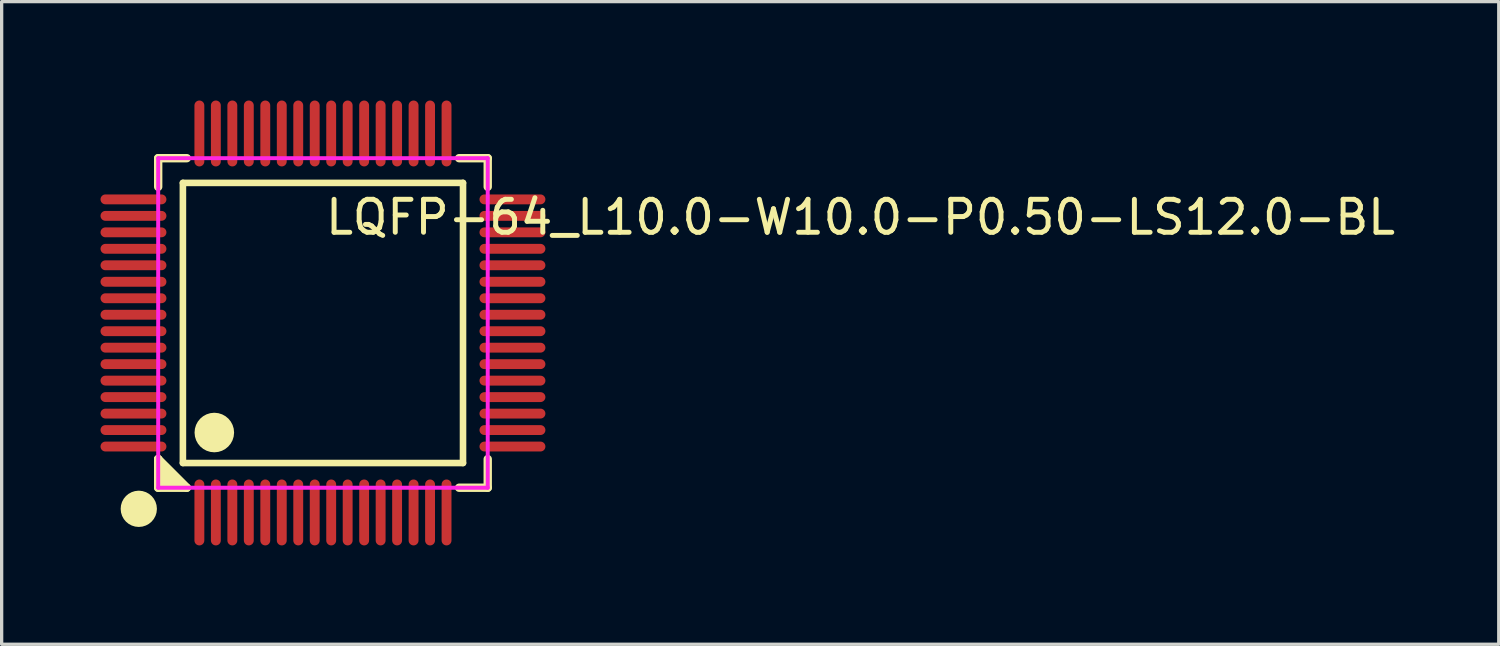
<source format=kicad_pcb>
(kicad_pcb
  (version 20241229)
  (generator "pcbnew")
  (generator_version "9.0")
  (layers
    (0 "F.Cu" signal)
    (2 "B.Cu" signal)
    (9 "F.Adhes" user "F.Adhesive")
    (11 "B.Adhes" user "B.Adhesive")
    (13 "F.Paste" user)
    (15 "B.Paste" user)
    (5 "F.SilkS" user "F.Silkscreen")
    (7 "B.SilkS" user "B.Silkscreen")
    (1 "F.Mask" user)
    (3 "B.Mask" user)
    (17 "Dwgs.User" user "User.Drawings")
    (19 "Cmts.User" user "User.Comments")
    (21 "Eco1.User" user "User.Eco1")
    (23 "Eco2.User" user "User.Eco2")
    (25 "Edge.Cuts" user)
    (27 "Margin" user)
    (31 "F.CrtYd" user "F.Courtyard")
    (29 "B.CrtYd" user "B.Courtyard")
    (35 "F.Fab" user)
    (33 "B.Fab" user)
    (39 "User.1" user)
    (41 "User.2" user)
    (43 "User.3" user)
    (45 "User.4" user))
  (footprint "LQFP-64_L10.0-W10.0-P0.50-LS12.0-BL"
    (layer "F.Cu")
    (at 6.75 6.75)
    (property "Reference" "LQFP-64_L10.0-W10.0-P0.50-LS12.0-BL" (at 0 -3.207 0) (layer "F.SilkS") (effects (font (size 1 1) (thickness 0.15)) (justify left)))
    (attr through_hole)
    (fp_line (start -5 -5) (end -4.131 -5) (stroke (width 0.254) (type solid)) (layer "F.SilkS"))
    (fp_line (start -5 -4.131) (end -5 -5) (stroke (width 0.254) (type solid)) (layer "F.SilkS"))
    (fp_line (start -5 4.131) (end -5 4.131) (stroke (width 0.254) (type solid)) (layer "F.SilkS"))
    (fp_line (start -5 4.131) (end -4.131 5) (stroke (width 0.254) (type solid)) (layer "F.SilkS"))
    (fp_line (start -5 5) (end -5 4.131) (stroke (width 0.254) (type solid)) (layer "F.SilkS"))
    (fp_line (start -4.25 -4.25) (end -4.25 4.25) (stroke (width 0.2) (type solid)) (layer "F.SilkS"))
    (fp_line (start -4.25 4.25) (end 4.25 4.25) (stroke (width 0.2) (type solid)) (layer "F.SilkS"))
    (fp_line (start -4.131 5) (end -5 5) (stroke (width 0.254) (type solid)) (layer "F.SilkS"))
    (fp_line (start 4.25 -4.25) (end -4.25 -4.25) (stroke (width 0.2) (type solid)) (layer "F.SilkS"))
    (fp_line (start 4.25 4.25) (end 4.25 -4.25) (stroke (width 0.2) (type solid)) (layer "F.SilkS"))
    (fp_line (start 5 -5) (end 4.131 -5) (stroke (width 0.254) (type solid)) (layer "F.SilkS"))
    (fp_line (start 5 -5) (end 5 -4.131) (stroke (width 0.254) (type solid)) (layer "F.SilkS"))
    (fp_line (start 5 4.131) (end 5 5) (stroke (width 0.254) (type solid)) (layer "F.SilkS"))
    (fp_line (start 5 5) (end 4.131 5) (stroke (width 0.254) (type solid)) (layer "F.SilkS"))
    (fp_arc (start -5.58727 5.49) (mid -5.587948 5.790001) (end -5.58981 5.490005) (stroke (width 0.8) (type solid)) (layer "F.SilkS"))
    (fp_arc (start -3.294 3.025) (mid -3.29746 3.625015) (end -3.29908 3.024992) (stroke (width 0.6) (type solid)) (layer "F.SilkS"))
    (fp_poly (pts (xy -4.131 5) (xy -5 4.131) (xy -5 5)) (stroke (width 0.12) (type solid)) (fill yes) (layer "F.SilkS"))
    (fp_line (start -5.41 -3.86) (end -4.99 -3.86) (stroke (width 0.12) (type solid)) (layer "Eco2.User"))
    (fp_line (start -5.41 -3.64) (end -5.41 -3.86) (stroke (width 0.12) (type solid)) (layer "Eco2.User"))
    (fp_line (start -5.41 -3.36) (end -4.99 -3.36) (stroke (width 0.12) (type solid)) (layer "Eco2.User"))
    (fp_line (start -5.41 -3.14) (end -5.41 -3.36) (stroke (width 0.12) (type solid)) (layer "Eco2.User"))
    (fp_line (start -5.41 -2.86) (end -4.99 -2.86) (stroke (width 0.12) (type solid)) (layer "Eco2.User"))
    (fp_line (start -5.41 -2.64) (end -5.41 -2.86) (stroke (width 0.12) (type solid)) (layer "Eco2.User"))
    (fp_line (start -5.41 -2.36) (end -4.99 -2.36) (stroke (width 0.12) (type solid)) (layer "Eco2.User"))
    (fp_line (start -5.41 -2.14) (end -5.41 -2.36) (stroke (width 0.12) (type solid)) (layer "Eco2.User"))
    (fp_line (start -5.41 -1.86) (end -4.99 -1.86) (stroke (width 0.12) (type solid)) (layer "Eco2.User"))
    (fp_line (start -5.41 -1.64) (end -5.41 -1.86) (stroke (width 0.12) (type solid)) (layer "Eco2.User"))
    (fp_line (start -5.41 -1.36) (end -4.99 -1.36) (stroke (width 0.12) (type solid)) (layer "Eco2.User"))
    (fp_line (start -5.41 -1.14) (end -5.41 -1.36) (stroke (width 0.12) (type solid)) (layer "Eco2.User"))
    (fp_line (start -5.41 -0.86) (end -4.99 -0.86) (stroke (width 0.12) (type solid)) (layer "Eco2.User"))
    (fp_line (start -5.41 -0.64) (end -5.41 -0.86) (stroke (width 0.12) (type solid)) (layer "Eco2.User"))
    (fp_line (start -5.41 -0.36) (end -4.99 -0.36) (stroke (width 0.12) (type solid)) (layer "Eco2.User"))
    (fp_line (start -5.41 -0.14) (end -5.41 -0.36) (stroke (width 0.12) (type solid)) (layer "Eco2.User"))
    (fp_line (start -5.41 0.14) (end -4.99 0.14) (stroke (width 0.12) (type solid)) (layer "Eco2.User"))
    (fp_line (start -5.41 0.36) (end -5.41 0.14) (stroke (width 0.12) (type solid)) (layer "Eco2.User"))
    (fp_line (start -5.41 0.64) (end -4.99 0.64) (stroke (width 0.12) (type solid)) (layer "Eco2.User"))
    (fp_line (start -5.41 0.86) (end -5.41 0.64) (stroke (width 0.12) (type solid)) (layer "Eco2.User"))
    (fp_line (start -5.41 1.14) (end -4.99 1.14) (stroke (width 0.12) (type solid)) (layer "Eco2.User"))
    (fp_line (start -5.41 1.36) (end -5.41 1.14) (stroke (width 0.12) (type solid)) (layer "Eco2.User"))
    (fp_line (start -5.41 1.64) (end -4.99 1.64) (stroke (width 0.12) (type solid)) (layer "Eco2.User"))
    (fp_line (start -5.41 1.86) (end -5.41 1.64) (stroke (width 0.12) (type solid)) (layer "Eco2.User"))
    (fp_line (start -5.41 2.14) (end -4.99 2.14) (stroke (width 0.12) (type solid)) (layer "Eco2.User"))
    (fp_line (start -5.41 2.36) (end -5.41 2.14) (stroke (width 0.12) (type solid)) (layer "Eco2.User"))
    (fp_line (start -5.41 2.64) (end -4.99 2.64) (stroke (width 0.12) (type solid)) (layer "Eco2.User"))
    (fp_line (start -5.41 2.86) (end -5.41 2.64) (stroke (width 0.12) (type solid)) (layer "Eco2.User"))
    (fp_line (start -5.41 3.14) (end -4.99 3.14) (stroke (width 0.12) (type solid)) (layer "Eco2.User"))
    (fp_line (start -5.41 3.36) (end -5.41 3.14) (stroke (width 0.12) (type solid)) (layer "Eco2.User"))
    (fp_line (start -5.41 3.64) (end -4.99 3.64) (stroke (width 0.12) (type solid)) (layer "Eco2.User"))
    (fp_line (start -5.41 3.86) (end -5.41 3.64) (stroke (width 0.12) (type solid)) (layer "Eco2.User"))
    (fp_line (start -4.99 -3.86) (end -4.99 -3.64) (stroke (width 0.12) (type solid)) (layer "Eco2.User"))
    (fp_line (start -4.99 -3.64) (end -5.41 -3.64) (stroke (width 0.12) (type solid)) (layer "Eco2.User"))
    (fp_line (start -4.99 -3.36) (end -4.99 -3.14) (stroke (width 0.12) (type solid)) (layer "Eco2.User"))
    (fp_line (start -4.99 -3.14) (end -5.41 -3.14) (stroke (width 0.12) (type solid)) (layer "Eco2.User"))
    (fp_line (start -4.99 -2.86) (end -4.99 -2.64) (stroke (width 0.12) (type solid)) (layer "Eco2.User"))
    (fp_line (start -4.99 -2.64) (end -5.41 -2.64) (stroke (width 0.12) (type solid)) (layer "Eco2.User"))
    (fp_line (start -4.99 -2.36) (end -4.99 -2.14) (stroke (width 0.12) (type solid)) (layer "Eco2.User"))
    (fp_line (start -4.99 -2.14) (end -5.41 -2.14) (stroke (width 0.12) (type solid)) (layer "Eco2.User"))
    (fp_line (start -4.99 -1.86) (end -4.99 -1.64) (stroke (width 0.12) (type solid)) (layer "Eco2.User"))
    (fp_line (start -4.99 -1.64) (end -5.41 -1.64) (stroke (width 0.12) (type solid)) (layer "Eco2.User"))
    (fp_line (start -4.99 -1.36) (end -4.99 -1.14) (stroke (width 0.12) (type solid)) (layer "Eco2.User"))
    (fp_line (start -4.99 -1.14) (end -5.41 -1.14) (stroke (width 0.12) (type solid)) (layer "Eco2.User"))
    (fp_line (start -4.99 -0.86) (end -4.99 -0.64) (stroke (width 0.12) (type solid)) (layer "Eco2.User"))
    (fp_line (start -4.99 -0.64) (end -5.41 -0.64) (stroke (width 0.12) (type solid)) (layer "Eco2.User"))
    (fp_line (start -4.99 -0.36) (end -4.99 -0.14) (stroke (width 0.12) (type solid)) (layer "Eco2.User"))
    (fp_line (start -4.99 -0.14) (end -5.41 -0.14) (stroke (width 0.12) (type solid)) (layer "Eco2.User"))
    (fp_line (start -4.99 0.14) (end -4.99 0.36) (stroke (width 0.12) (type solid)) (layer "Eco2.User"))
    (fp_line (start -4.99 0.36) (end -5.41 0.36) (stroke (width 0.12) (type solid)) (layer "Eco2.User"))
    (fp_line (start -4.99 0.64) (end -4.99 0.86) (stroke (width 0.12) (type solid)) (layer "Eco2.User"))
    (fp_line (start -4.99 0.86) (end -5.41 0.86) (stroke (width 0.12) (type solid)) (layer "Eco2.User"))
    (fp_line (start -4.99 1.14) (end -4.99 1.36) (stroke (width 0.12) (type solid)) (layer "Eco2.User"))
    (fp_line (start -4.99 1.36) (end -5.41 1.36) (stroke (width 0.12) (type solid)) (layer "Eco2.User"))
    (fp_line (start -4.99 1.64) (end -4.99 1.86) (stroke (width 0.12) (type solid)) (layer "Eco2.User"))
    (fp_line (start -4.99 1.86) (end -5.41 1.86) (stroke (width 0.12) (type solid)) (layer "Eco2.User"))
    (fp_line (start -4.99 2.14) (end -4.99 2.36) (stroke (width 0.12) (type solid)) (layer "Eco2.User"))
    (fp_line (start -4.99 2.36) (end -5.41 2.36) (stroke (width 0.12) (type solid)) (layer "Eco2.User"))
    (fp_line (start -4.99 2.64) (end -4.99 2.86) (stroke (width 0.12) (type solid)) (layer "Eco2.User"))
    (fp_line (start -4.99 2.86) (end -5.41 2.86) (stroke (width 0.12) (type solid)) (layer "Eco2.User"))
    (fp_line (start -4.99 3.14) (end -4.99 3.36) (stroke (width 0.12) (type solid)) (layer "Eco2.User"))
    (fp_line (start -4.99 3.36) (end -5.41 3.36) (stroke (width 0.12) (type solid)) (layer "Eco2.User"))
    (fp_line (start -4.99 3.64) (end -4.99 3.86) (stroke (width 0.12) (type solid)) (layer "Eco2.User"))
    (fp_line (start -4.99 3.86) (end -5.41 3.86) (stroke (width 0.12) (type solid)) (layer "Eco2.User"))
    (fp_line (start -3.86 -5.41) (end -3.64 -5.41) (stroke (width 0.12) (type solid)) (layer "Eco2.User"))
    (fp_line (start -3.86 -4.99) (end -3.86 -5.41) (stroke (width 0.12) (type solid)) (layer "Eco2.User"))
    (fp_line (start -3.86 4.99) (end -3.64 4.99) (stroke (width 0.12) (type solid)) (layer "Eco2.User"))
    (fp_line (start -3.86 5.41) (end -3.86 4.99) (stroke (width 0.12) (type solid)) (layer "Eco2.User"))
    (fp_line (start -3.64 -5.41) (end -3.64 -4.99) (stroke (width 0.12) (type solid)) (layer "Eco2.User"))
    (fp_line (start -3.64 -4.99) (end -3.86 -4.99) (stroke (width 0.12) (type solid)) (layer "Eco2.User"))
    (fp_line (start -3.64 4.99) (end -3.64 5.41) (stroke (width 0.12) (type solid)) (layer "Eco2.User"))
    (fp_line (start -3.64 5.41) (end -3.86 5.41) (stroke (width 0.12) (type solid)) (layer "Eco2.User"))
    (fp_line (start -3.36 -5.41) (end -3.14 -5.41) (stroke (width 0.12) (type solid)) (layer "Eco2.User"))
    (fp_line (start -3.36 -4.99) (end -3.36 -5.41) (stroke (width 0.12) (type solid)) (layer "Eco2.User"))
    (fp_line (start -3.36 4.99) (end -3.14 4.99) (stroke (width 0.12) (type solid)) (layer "Eco2.User"))
    (fp_line (start -3.36 5.41) (end -3.36 4.99) (stroke (width 0.12) (type solid)) (layer "Eco2.User"))
    (fp_line (start -3.14 -5.41) (end -3.14 -4.99) (stroke (width 0.12) (type solid)) (layer "Eco2.User"))
    (fp_line (start -3.14 -4.99) (end -3.36 -4.99) (stroke (width 0.12) (type solid)) (layer "Eco2.User"))
    (fp_line (start -3.14 4.99) (end -3.14 5.41) (stroke (width 0.12) (type solid)) (layer "Eco2.User"))
    (fp_line (start -3.14 5.41) (end -3.36 5.41) (stroke (width 0.12) (type solid)) (layer "Eco2.User"))
    (fp_line (start -2.86 -5.41) (end -2.64 -5.41) (stroke (width 0.12) (type solid)) (layer "Eco2.User"))
    (fp_line (start -2.86 -4.99) (end -2.86 -5.41) (stroke (width 0.12) (type solid)) (layer "Eco2.User"))
    (fp_line (start -2.86 4.99) (end -2.64 4.99) (stroke (width 0.12) (type solid)) (layer "Eco2.User"))
    (fp_line (start -2.86 5.41) (end -2.86 4.99) (stroke (width 0.12) (type solid)) (layer "Eco2.User"))
    (fp_line (start -2.64 -5.41) (end -2.64 -4.99) (stroke (width 0.12) (type solid)) (layer "Eco2.User"))
    (fp_line (start -2.64 -4.99) (end -2.86 -4.99) (stroke (width 0.12) (type solid)) (layer "Eco2.User"))
    (fp_line (start -2.64 4.99) (end -2.64 5.41) (stroke (width 0.12) (type solid)) (layer "Eco2.User"))
    (fp_line (start -2.64 5.41) (end -2.86 5.41) (stroke (width 0.12) (type solid)) (layer "Eco2.User"))
    (fp_line (start -2.36 -5.41) (end -2.14 -5.41) (stroke (width 0.12) (type solid)) (layer "Eco2.User"))
    (fp_line (start -2.36 -4.99) (end -2.36 -5.41) (stroke (width 0.12) (type solid)) (layer "Eco2.User"))
    (fp_line (start -2.36 4.99) (end -2.14 4.99) (stroke (width 0.12) (type solid)) (layer "Eco2.User"))
    (fp_line (start -2.36 5.41) (end -2.36 4.99) (stroke (width 0.12) (type solid)) (layer "Eco2.User"))
    (fp_line (start -2.14 -5.41) (end -2.14 -4.99) (stroke (width 0.12) (type solid)) (layer "Eco2.User"))
    (fp_line (start -2.14 -4.99) (end -2.36 -4.99) (stroke (width 0.12) (type solid)) (layer "Eco2.User"))
    (fp_line (start -2.14 4.99) (end -2.14 5.41) (stroke (width 0.12) (type solid)) (layer "Eco2.User"))
    (fp_line (start -2.14 5.41) (end -2.36 5.41) (stroke (width 0.12) (type solid)) (layer "Eco2.User"))
    (fp_line (start -1.86 -5.41) (end -1.64 -5.41) (stroke (width 0.12) (type solid)) (layer "Eco2.User"))
    (fp_line (start -1.86 -4.99) (end -1.86 -5.41) (stroke (width 0.12) (type solid)) (layer "Eco2.User"))
    (fp_line (start -1.86 4.99) (end -1.64 4.99) (stroke (width 0.12) (type solid)) (layer "Eco2.User"))
    (fp_line (start -1.86 5.41) (end -1.86 4.99) (stroke (width 0.12) (type solid)) (layer "Eco2.User"))
    (fp_line (start -1.64 -5.41) (end -1.64 -4.99) (stroke (width 0.12) (type solid)) (layer "Eco2.User"))
    (fp_line (start -1.64 -4.99) (end -1.86 -4.99) (stroke (width 0.12) (type solid)) (layer "Eco2.User"))
    (fp_line (start -1.64 4.99) (end -1.64 5.41) (stroke (width 0.12) (type solid)) (layer "Eco2.User"))
    (fp_line (start -1.64 5.41) (end -1.86 5.41) (stroke (width 0.12) (type solid)) (layer "Eco2.User"))
    (fp_line (start -1.36 -5.41) (end -1.14 -5.41) (stroke (width 0.12) (type solid)) (layer "Eco2.User"))
    (fp_line (start -1.36 -4.99) (end -1.36 -5.41) (stroke (width 0.12) (type solid)) (layer "Eco2.User"))
    (fp_line (start -1.36 4.99) (end -1.14 4.99) (stroke (width 0.12) (type solid)) (layer "Eco2.User"))
    (fp_line (start -1.36 5.41) (end -1.36 4.99) (stroke (width 0.12) (type solid)) (layer "Eco2.User"))
    (fp_line (start -1.14 -5.41) (end -1.14 -4.99) (stroke (width 0.12) (type solid)) (layer "Eco2.User"))
    (fp_line (start -1.14 -4.99) (end -1.36 -4.99) (stroke (width 0.12) (type solid)) (layer "Eco2.User"))
    (fp_line (start -1.14 4.99) (end -1.14 5.41) (stroke (width 0.12) (type solid)) (layer "Eco2.User"))
    (fp_line (start -1.14 5.41) (end -1.36 5.41) (stroke (width 0.12) (type solid)) (layer "Eco2.User"))
    (fp_line (start -0.86 -5.41) (end -0.64 -5.41) (stroke (width 0.12) (type solid)) (layer "Eco2.User"))
    (fp_line (start -0.86 -4.99) (end -0.86 -5.41) (stroke (width 0.12) (type solid)) (layer "Eco2.User"))
    (fp_line (start -0.86 4.99) (end -0.64 4.99) (stroke (width 0.12) (type solid)) (layer "Eco2.User"))
    (fp_line (start -0.86 5.41) (end -0.86 4.99) (stroke (width 0.12) (type solid)) (layer "Eco2.User"))
    (fp_line (start -0.64 -5.41) (end -0.64 -4.99) (stroke (width 0.12) (type solid)) (layer "Eco2.User"))
    (fp_line (start -0.64 -4.99) (end -0.86 -4.99) (stroke (width 0.12) (type solid)) (layer "Eco2.User"))
    (fp_line (start -0.64 4.99) (end -0.64 5.41) (stroke (width 0.12) (type solid)) (layer "Eco2.User"))
    (fp_line (start -0.64 5.41) (end -0.86 5.41) (stroke (width 0.12) (type solid)) (layer "Eco2.User"))
    (fp_line (start -0.36 -5.41) (end -0.14 -5.41) (stroke (width 0.12) (type solid)) (layer "Eco2.User"))
    (fp_line (start -0.36 -4.99) (end -0.36 -5.41) (stroke (width 0.12) (type solid)) (layer "Eco2.User"))
    (fp_line (start -0.36 4.99) (end -0.14 4.99) (stroke (width 0.12) (type solid)) (layer "Eco2.User"))
    (fp_line (start -0.36 5.41) (end -0.36 4.99) (stroke (width 0.12) (type solid)) (layer "Eco2.User"))
    (fp_line (start -0.14 -5.41) (end -0.14 -4.99) (stroke (width 0.12) (type solid)) (layer "Eco2.User"))
    (fp_line (start -0.14 -4.99) (end -0.36 -4.99) (stroke (width 0.12) (type solid)) (layer "Eco2.User"))
    (fp_line (start -0.14 4.99) (end -0.14 5.41) (stroke (width 0.12) (type solid)) (layer "Eco2.User"))
    (fp_line (start -0.14 5.41) (end -0.36 5.41) (stroke (width 0.12) (type solid)) (layer "Eco2.User"))
    (fp_line (start 0.14 -5.41) (end 0.36 -5.41) (stroke (width 0.12) (type solid)) (layer "Eco2.User"))
    (fp_line (start 0.14 -4.99) (end 0.14 -5.41) (stroke (width 0.12) (type solid)) (layer "Eco2.User"))
    (fp_line (start 0.14 4.99) (end 0.36 4.99) (stroke (width 0.12) (type solid)) (layer "Eco2.User"))
    (fp_line (start 0.14 5.41) (end 0.14 4.99) (stroke (width 0.12) (type solid)) (layer "Eco2.User"))
    (fp_line (start 0.36 -5.41) (end 0.36 -4.99) (stroke (width 0.12) (type solid)) (layer "Eco2.User"))
    (fp_line (start 0.36 -4.99) (end 0.14 -4.99) (stroke (width 0.12) (type solid)) (layer "Eco2.User"))
    (fp_line (start 0.36 4.99) (end 0.36 5.41) (stroke (width 0.12) (type solid)) (layer "Eco2.User"))
    (fp_line (start 0.36 5.41) (end 0.14 5.41) (stroke (width 0.12) (type solid)) (layer "Eco2.User"))
    (fp_line (start 0.64 -5.41) (end 0.86 -5.41) (stroke (width 0.12) (type solid)) (layer "Eco2.User"))
    (fp_line (start 0.64 -4.99) (end 0.64 -5.41) (stroke (width 0.12) (type solid)) (layer "Eco2.User"))
    (fp_line (start 0.64 4.99) (end 0.86 4.99) (stroke (width 0.12) (type solid)) (layer "Eco2.User"))
    (fp_line (start 0.64 5.41) (end 0.64 4.99) (stroke (width 0.12) (type solid)) (layer "Eco2.User"))
    (fp_line (start 0.86 -5.41) (end 0.86 -4.99) (stroke (width 0.12) (type solid)) (layer "Eco2.User"))
    (fp_line (start 0.86 -4.99) (end 0.64 -4.99) (stroke (width 0.12) (type solid)) (layer "Eco2.User"))
    (fp_line (start 0.86 4.99) (end 0.86 5.41) (stroke (width 0.12) (type solid)) (layer "Eco2.User"))
    (fp_line (start 0.86 5.41) (end 0.64 5.41) (stroke (width 0.12) (type solid)) (layer "Eco2.User"))
    (fp_line (start 1.14 -5.41) (end 1.36 -5.41) (stroke (width 0.12) (type solid)) (layer "Eco2.User"))
    (fp_line (start 1.14 -4.99) (end 1.14 -5.41) (stroke (width 0.12) (type solid)) (layer "Eco2.User"))
    (fp_line (start 1.14 4.99) (end 1.36 4.99) (stroke (width 0.12) (type solid)) (layer "Eco2.User"))
    (fp_line (start 1.14 5.41) (end 1.14 4.99) (stroke (width 0.12) (type solid)) (layer "Eco2.User"))
    (fp_line (start 1.36 -5.41) (end 1.36 -4.99) (stroke (width 0.12) (type solid)) (layer "Eco2.User"))
    (fp_line (start 1.36 -4.99) (end 1.14 -4.99) (stroke (width 0.12) (type solid)) (layer "Eco2.User"))
    (fp_line (start 1.36 4.99) (end 1.36 5.41) (stroke (width 0.12) (type solid)) (layer "Eco2.User"))
    (fp_line (start 1.36 5.41) (end 1.14 5.41) (stroke (width 0.12) (type solid)) (layer "Eco2.User"))
    (fp_line (start 1.64 -5.41) (end 1.86 -5.41) (stroke (width 0.12) (type solid)) (layer "Eco2.User"))
    (fp_line (start 1.64 -4.99) (end 1.64 -5.41) (stroke (width 0.12) (type solid)) (layer "Eco2.User"))
    (fp_line (start 1.64 4.99) (end 1.86 4.99) (stroke (width 0.12) (type solid)) (layer "Eco2.User"))
    (fp_line (start 1.64 5.41) (end 1.64 4.99) (stroke (width 0.12) (type solid)) (layer "Eco2.User"))
    (fp_line (start 1.86 -5.41) (end 1.86 -4.99) (stroke (width 0.12) (type solid)) (layer "Eco2.User"))
    (fp_line (start 1.86 -4.99) (end 1.64 -4.99) (stroke (width 0.12) (type solid)) (layer "Eco2.User"))
    (fp_line (start 1.86 4.99) (end 1.86 5.41) (stroke (width 0.12) (type solid)) (layer "Eco2.User"))
    (fp_line (start 1.86 5.41) (end 1.64 5.41) (stroke (width 0.12) (type solid)) (layer "Eco2.User"))
    (fp_line (start 2.14 -5.41) (end 2.36 -5.41) (stroke (width 0.12) (type solid)) (layer "Eco2.User"))
    (fp_line (start 2.14 -4.99) (end 2.14 -5.41) (stroke (width 0.12) (type solid)) (layer "Eco2.User"))
    (fp_line (start 2.14 4.99) (end 2.36 4.99) (stroke (width 0.12) (type solid)) (layer "Eco2.User"))
    (fp_line (start 2.14 5.41) (end 2.14 4.99) (stroke (width 0.12) (type solid)) (layer "Eco2.User"))
    (fp_line (start 2.36 -5.41) (end 2.36 -4.99) (stroke (width 0.12) (type solid)) (layer "Eco2.User"))
    (fp_line (start 2.36 -4.99) (end 2.14 -4.99) (stroke (width 0.12) (type solid)) (layer "Eco2.User"))
    (fp_line (start 2.36 4.99) (end 2.36 5.41) (stroke (width 0.12) (type solid)) (layer "Eco2.User"))
    (fp_line (start 2.36 5.41) (end 2.14 5.41) (stroke (width 0.12) (type solid)) (layer "Eco2.User"))
    (fp_line (start 2.64 -5.41) (end 2.86 -5.41) (stroke (width 0.12) (type solid)) (layer "Eco2.User"))
    (fp_line (start 2.64 -4.99) (end 2.64 -5.41) (stroke (width 0.12) (type solid)) (layer "Eco2.User"))
    (fp_line (start 2.64 4.99) (end 2.86 4.99) (stroke (width 0.12) (type solid)) (layer "Eco2.User"))
    (fp_line (start 2.64 5.41) (end 2.64 4.99) (stroke (width 0.12) (type solid)) (layer "Eco2.User"))
    (fp_line (start 2.86 -5.41) (end 2.86 -4.99) (stroke (width 0.12) (type solid)) (layer "Eco2.User"))
    (fp_line (start 2.86 -4.99) (end 2.64 -4.99) (stroke (width 0.12) (type solid)) (layer "Eco2.User"))
    (fp_line (start 2.86 4.99) (end 2.86 5.41) (stroke (width 0.12) (type solid)) (layer "Eco2.User"))
    (fp_line (start 2.86 5.41) (end 2.64 5.41) (stroke (width 0.12) (type solid)) (layer "Eco2.User"))
    (fp_line (start 3.14 -5.41) (end 3.36 -5.41) (stroke (width 0.12) (type solid)) (layer "Eco2.User"))
    (fp_line (start 3.14 -4.99) (end 3.14 -5.41) (stroke (width 0.12) (type solid)) (layer "Eco2.User"))
    (fp_line (start 3.14 4.99) (end 3.36 4.99) (stroke (width 0.12) (type solid)) (layer "Eco2.User"))
    (fp_line (start 3.14 5.41) (end 3.14 4.99) (stroke (width 0.12) (type solid)) (layer "Eco2.User"))
    (fp_line (start 3.36 -5.41) (end 3.36 -4.99) (stroke (width 0.12) (type solid)) (layer "Eco2.User"))
    (fp_line (start 3.36 -4.99) (end 3.14 -4.99) (stroke (width 0.12) (type solid)) (layer "Eco2.User"))
    (fp_line (start 3.36 4.99) (end 3.36 5.41) (stroke (width 0.12) (type solid)) (layer "Eco2.User"))
    (fp_line (start 3.36 5.41) (end 3.14 5.41) (stroke (width 0.12) (type solid)) (layer "Eco2.User"))
    (fp_line (start 3.64 -5.41) (end 3.86 -5.41) (stroke (width 0.12) (type solid)) (layer "Eco2.User"))
    (fp_line (start 3.64 -4.99) (end 3.64 -5.41) (stroke (width 0.12) (type solid)) (layer "Eco2.User"))
    (fp_line (start 3.64 4.99) (end 3.86 4.99) (stroke (width 0.12) (type solid)) (layer "Eco2.User"))
    (fp_line (start 3.64 5.41) (end 3.64 4.99) (stroke (width 0.12) (type solid)) (layer "Eco2.User"))
    (fp_line (start 3.86 -5.41) (end 3.86 -4.99) (stroke (width 0.12) (type solid)) (layer "Eco2.User"))
    (fp_line (start 3.86 -4.99) (end 3.64 -4.99) (stroke (width 0.12) (type solid)) (layer "Eco2.User"))
    (fp_line (start 3.86 4.99) (end 3.86 5.41) (stroke (width 0.12) (type solid)) (layer "Eco2.User"))
    (fp_line (start 3.86 5.41) (end 3.64 5.41) (stroke (width 0.12) (type solid)) (layer "Eco2.User"))
    (fp_line (start 4.99 -3.86) (end 5.41 -3.86) (stroke (width 0.12) (type solid)) (layer "Eco2.User"))
    (fp_line (start 4.99 -3.64) (end 4.99 -3.86) (stroke (width 0.12) (type solid)) (layer "Eco2.User"))
    (fp_line (start 4.99 -3.36) (end 5.41 -3.36) (stroke (width 0.12) (type solid)) (layer "Eco2.User"))
    (fp_line (start 4.99 -3.14) (end 4.99 -3.36) (stroke (width 0.12) (type solid)) (layer "Eco2.User"))
    (fp_line (start 4.99 -2.86) (end 5.41 -2.86) (stroke (width 0.12) (type solid)) (layer "Eco2.User"))
    (fp_line (start 4.99 -2.64) (end 4.99 -2.86) (stroke (width 0.12) (type solid)) (layer "Eco2.User"))
    (fp_line (start 4.99 -2.36) (end 5.41 -2.36) (stroke (width 0.12) (type solid)) (layer "Eco2.User"))
    (fp_line (start 4.99 -2.14) (end 4.99 -2.36) (stroke (width 0.12) (type solid)) (layer "Eco2.User"))
    (fp_line (start 4.99 -1.86) (end 5.41 -1.86) (stroke (width 0.12) (type solid)) (layer "Eco2.User"))
    (fp_line (start 4.99 -1.64) (end 4.99 -1.86) (stroke (width 0.12) (type solid)) (layer "Eco2.User"))
    (fp_line (start 4.99 -1.36) (end 5.41 -1.36) (stroke (width 0.12) (type solid)) (layer "Eco2.User"))
    (fp_line (start 4.99 -1.14) (end 4.99 -1.36) (stroke (width 0.12) (type solid)) (layer "Eco2.User"))
    (fp_line (start 4.99 -0.86) (end 5.41 -0.86) (stroke (width 0.12) (type solid)) (layer "Eco2.User"))
    (fp_line (start 4.99 -0.64) (end 4.99 -0.86) (stroke (width 0.12) (type solid)) (layer "Eco2.User"))
    (fp_line (start 4.99 -0.36) (end 5.41 -0.36) (stroke (width 0.12) (type solid)) (layer "Eco2.User"))
    (fp_line (start 4.99 -0.14) (end 4.99 -0.36) (stroke (width 0.12) (type solid)) (layer "Eco2.User"))
    (fp_line (start 4.99 0.14) (end 5.41 0.14) (stroke (width 0.12) (type solid)) (layer "Eco2.User"))
    (fp_line (start 4.99 0.36) (end 4.99 0.14) (stroke (width 0.12) (type solid)) (layer "Eco2.User"))
    (fp_line (start 4.99 0.64) (end 5.41 0.64) (stroke (width 0.12) (type solid)) (layer "Eco2.User"))
    (fp_line (start 4.99 0.86) (end 4.99 0.64) (stroke (width 0.12) (type solid)) (layer "Eco2.User"))
    (fp_line (start 4.99 1.14) (end 5.41 1.14) (stroke (width 0.12) (type solid)) (layer "Eco2.User"))
    (fp_line (start 4.99 1.36) (end 4.99 1.14) (stroke (width 0.12) (type solid)) (layer "Eco2.User"))
    (fp_line (start 4.99 1.64) (end 5.41 1.64) (stroke (width 0.12) (type solid)) (layer "Eco2.User"))
    (fp_line (start 4.99 1.86) (end 4.99 1.64) (stroke (width 0.12) (type solid)) (layer "Eco2.User"))
    (fp_line (start 4.99 2.14) (end 5.41 2.14) (stroke (width 0.12) (type solid)) (layer "Eco2.User"))
    (fp_line (start 4.99 2.36) (end 4.99 2.14) (stroke (width 0.12) (type solid)) (layer "Eco2.User"))
    (fp_line (start 4.99 2.64) (end 5.41 2.64) (stroke (width 0.12) (type solid)) (layer "Eco2.User"))
    (fp_line (start 4.99 2.86) (end 4.99 2.64) (stroke (width 0.12) (type solid)) (layer "Eco2.User"))
    (fp_line (start 4.99 3.14) (end 5.41 3.14) (stroke (width 0.12) (type solid)) (layer "Eco2.User"))
    (fp_line (start 4.99 3.36) (end 4.99 3.14) (stroke (width 0.12) (type solid)) (layer "Eco2.User"))
    (fp_line (start 4.99 3.64) (end 5.41 3.64) (stroke (width 0.12) (type solid)) (layer "Eco2.User"))
    (fp_line (start 4.99 3.86) (end 4.99 3.64) (stroke (width 0.12) (type solid)) (layer "Eco2.User"))
    (fp_line (start 5.41 -3.86) (end 5.41 -3.64) (stroke (width 0.12) (type solid)) (layer "Eco2.User"))
    (fp_line (start 5.41 -3.64) (end 4.99 -3.64) (stroke (width 0.12) (type solid)) (layer "Eco2.User"))
    (fp_line (start 5.41 -3.36) (end 5.41 -3.14) (stroke (width 0.12) (type solid)) (layer "Eco2.User"))
    (fp_line (start 5.41 -3.14) (end 4.99 -3.14) (stroke (width 0.12) (type solid)) (layer "Eco2.User"))
    (fp_line (start 5.41 -2.86) (end 5.41 -2.64) (stroke (width 0.12) (type solid)) (layer "Eco2.User"))
    (fp_line (start 5.41 -2.64) (end 4.99 -2.64) (stroke (width 0.12) (type solid)) (layer "Eco2.User"))
    (fp_line (start 5.41 -2.36) (end 5.41 -2.14) (stroke (width 0.12) (type solid)) (layer "Eco2.User"))
    (fp_line (start 5.41 -2.14) (end 4.99 -2.14) (stroke (width 0.12) (type solid)) (layer "Eco2.User"))
    (fp_line (start 5.41 -1.86) (end 5.41 -1.64) (stroke (width 0.12) (type solid)) (layer "Eco2.User"))
    (fp_line (start 5.41 -1.64) (end 4.99 -1.64) (stroke (width 0.12) (type solid)) (layer "Eco2.User"))
    (fp_line (start 5.41 -1.36) (end 5.41 -1.14) (stroke (width 0.12) (type solid)) (layer "Eco2.User"))
    (fp_line (start 5.41 -1.14) (end 4.99 -1.14) (stroke (width 0.12) (type solid)) (layer "Eco2.User"))
    (fp_line (start 5.41 -0.86) (end 5.41 -0.64) (stroke (width 0.12) (type solid)) (layer "Eco2.User"))
    (fp_line (start 5.41 -0.64) (end 4.99 -0.64) (stroke (width 0.12) (type solid)) (layer "Eco2.User"))
    (fp_line (start 5.41 -0.36) (end 5.41 -0.14) (stroke (width 0.12) (type solid)) (layer "Eco2.User"))
    (fp_line (start 5.41 -0.14) (end 4.99 -0.14) (stroke (width 0.12) (type solid)) (layer "Eco2.User"))
    (fp_line (start 5.41 0.14) (end 5.41 0.36) (stroke (width 0.12) (type solid)) (layer "Eco2.User"))
    (fp_line (start 5.41 0.36) (end 4.99 0.36) (stroke (width 0.12) (type solid)) (layer "Eco2.User"))
    (fp_line (start 5.41 0.64) (end 5.41 0.86) (stroke (width 0.12) (type solid)) (layer "Eco2.User"))
    (fp_line (start 5.41 0.86) (end 4.99 0.86) (stroke (width 0.12) (type solid)) (layer "Eco2.User"))
    (fp_line (start 5.41 1.14) (end 5.41 1.36) (stroke (width 0.12) (type solid)) (layer "Eco2.User"))
    (fp_line (start 5.41 1.36) (end 4.99 1.36) (stroke (width 0.12) (type solid)) (layer "Eco2.User"))
    (fp_line (start 5.41 1.64) (end 5.41 1.86) (stroke (width 0.12) (type solid)) (layer "Eco2.User"))
    (fp_line (start 5.41 1.86) (end 4.99 1.86) (stroke (width 0.12) (type solid)) (layer "Eco2.User"))
    (fp_line (start 5.41 2.14) (end 5.41 2.36) (stroke (width 0.12) (type solid)) (layer "Eco2.User"))
    (fp_line (start 5.41 2.36) (end 4.99 2.36) (stroke (width 0.12) (type solid)) (layer "Eco2.User"))
    (fp_line (start 5.41 2.64) (end 5.41 2.86) (stroke (width 0.12) (type solid)) (layer "Eco2.User"))
    (fp_line (start 5.41 2.86) (end 4.99 2.86) (stroke (width 0.12) (type solid)) (layer "Eco2.User"))
    (fp_line (start 5.41 3.14) (end 5.41 3.36) (stroke (width 0.12) (type solid)) (layer "Eco2.User"))
    (fp_line (start 5.41 3.36) (end 4.99 3.36) (stroke (width 0.12) (type solid)) (layer "Eco2.User"))
    (fp_line (start 5.41 3.64) (end 5.41 3.86) (stroke (width 0.12) (type solid)) (layer "Eco2.User"))
    (fp_line (start 5.41 3.86) (end 4.99 3.86) (stroke (width 0.12) (type solid)) (layer "Eco2.User"))
    (fp_poly (pts (xy -6 -3.64) (xy -6 -3.86) (xy -5.4 -3.86) (xy -5.4 -3.64)) (stroke (width 0.12) (type solid)) (fill no) (layer "Eco2.User"))
    (fp_poly (pts (xy -6 -3.14) (xy -6 -3.36) (xy -5.4 -3.36) (xy -5.4 -3.14)) (stroke (width 0.12) (type solid)) (fill no) (layer "Eco2.User"))
    (fp_poly (pts (xy -6 -2.64) (xy -6 -2.86) (xy -5.4 -2.86) (xy -5.4 -2.64)) (stroke (width 0.12) (type solid)) (fill no) (layer "Eco2.User"))
    (fp_poly (pts (xy -6 -2.14) (xy -6 -2.36) (xy -5.4 -2.36) (xy -5.4 -2.14)) (stroke (width 0.12) (type solid)) (fill no) (layer "Eco2.User"))
    (fp_poly (pts (xy -6 -1.64) (xy -6 -1.86) (xy -5.4 -1.86) (xy -5.4 -1.64)) (stroke (width 0.12) (type solid)) (fill no) (layer "Eco2.User"))
    (fp_poly (pts (xy -6 -1.14) (xy -6 -1.36) (xy -5.4 -1.36) (xy -5.4 -1.14)) (stroke (width 0.12) (type solid)) (fill no) (layer "Eco2.User"))
    (fp_poly (pts (xy -6 -0.64) (xy -6 -0.86) (xy -5.4 -0.86) (xy -5.4 -0.64)) (stroke (width 0.12) (type solid)) (fill no) (layer "Eco2.User"))
    (fp_poly (pts (xy -6 -0.14) (xy -6 -0.36) (xy -5.4 -0.36) (xy -5.4 -0.14)) (stroke (width 0.12) (type solid)) (fill no) (layer "Eco2.User"))
    (fp_poly (pts (xy -6 0.36) (xy -6 0.14) (xy -5.4 0.14) (xy -5.4 0.36)) (stroke (width 0.12) (type solid)) (fill no) (layer "Eco2.User"))
    (fp_poly (pts (xy -6 0.86) (xy -6 0.64) (xy -5.4 0.64) (xy -5.4 0.86)) (stroke (width 0.12) (type solid)) (fill no) (layer "Eco2.User"))
    (fp_poly (pts (xy -6 1.36) (xy -6 1.14) (xy -5.4 1.14) (xy -5.4 1.36)) (stroke (width 0.12) (type solid)) (fill no) (layer "Eco2.User"))
    (fp_poly (pts (xy -6 1.86) (xy -6 1.64) (xy -5.4 1.64) (xy -5.4 1.86)) (stroke (width 0.12) (type solid)) (fill no) (layer "Eco2.User"))
    (fp_poly (pts (xy -6 2.36) (xy -6 2.14) (xy -5.4 2.14) (xy -5.4 2.36)) (stroke (width 0.12) (type solid)) (fill no) (layer "Eco2.User"))
    (fp_poly (pts (xy -6 2.86) (xy -6 2.64) (xy -5.4 2.64) (xy -5.4 2.86)) (stroke (width 0.12) (type solid)) (fill no) (layer "Eco2.User"))
    (fp_poly (pts (xy -6 3.36) (xy -6 3.14) (xy -5.4 3.14) (xy -5.4 3.36)) (stroke (width 0.12) (type solid)) (fill no) (layer "Eco2.User"))
    (fp_poly (pts (xy -6 3.86) (xy -6 3.64) (xy -5.4 3.64) (xy -5.4 3.86)) (stroke (width 0.12) (type solid)) (fill no) (layer "Eco2.User"))
    (fp_poly (pts (xy -3.86 -5.4) (xy -3.86 -6) (xy -3.64 -6) (xy -3.64 -5.4)) (stroke (width 0.12) (type solid)) (fill no) (layer "Eco2.User"))
    (fp_poly (pts (xy -3.86 6) (xy -3.86 5.4) (xy -3.64 5.4) (xy -3.64 6)) (stroke (width 0.12) (type solid)) (fill no) (layer "Eco2.User"))
    (fp_poly (pts (xy -3.36 -5.4) (xy -3.36 -6) (xy -3.14 -6) (xy -3.14 -5.4)) (stroke (width 0.12) (type solid)) (fill no) (layer "Eco2.User"))
    (fp_poly (pts (xy -3.36 6) (xy -3.36 5.4) (xy -3.14 5.4) (xy -3.14 6)) (stroke (width 0.12) (type solid)) (fill no) (layer "Eco2.User"))
    (fp_poly (pts (xy -2.86 -5.4) (xy -2.86 -6) (xy -2.64 -6) (xy -2.64 -5.4)) (stroke (width 0.12) (type solid)) (fill no) (layer "Eco2.User"))
    (fp_poly (pts (xy -2.86 6) (xy -2.86 5.4) (xy -2.64 5.4) (xy -2.64 6)) (stroke (width 0.12) (type solid)) (fill no) (layer "Eco2.User"))
    (fp_poly (pts (xy -2.36 -5.4) (xy -2.36 -6) (xy -2.14 -6) (xy -2.14 -5.4)) (stroke (width 0.12) (type solid)) (fill no) (layer "Eco2.User"))
    (fp_poly (pts (xy -2.36 6) (xy -2.36 5.4) (xy -2.14 5.4) (xy -2.14 6)) (stroke (width 0.12) (type solid)) (fill no) (layer "Eco2.User"))
    (fp_poly (pts (xy -1.86 -5.4) (xy -1.86 -6) (xy -1.64 -6) (xy -1.64 -5.4)) (stroke (width 0.12) (type solid)) (fill no) (layer "Eco2.User"))
    (fp_poly (pts (xy -1.86 6) (xy -1.86 5.4) (xy -1.64 5.4) (xy -1.64 6)) (stroke (width 0.12) (type solid)) (fill no) (layer "Eco2.User"))
    (fp_poly (pts (xy -1.36 -5.4) (xy -1.36 -6) (xy -1.14 -6) (xy -1.14 -5.4)) (stroke (width 0.12) (type solid)) (fill no) (layer "Eco2.User"))
    (fp_poly (pts (xy -1.36 6) (xy -1.36 5.4) (xy -1.14 5.4) (xy -1.14 6)) (stroke (width 0.12) (type solid)) (fill no) (layer "Eco2.User"))
    (fp_poly (pts (xy -0.86 -5.4) (xy -0.86 -6) (xy -0.64 -6) (xy -0.64 -5.4)) (stroke (width 0.12) (type solid)) (fill no) (layer "Eco2.User"))
    (fp_poly (pts (xy -0.86 6) (xy -0.86 5.4) (xy -0.64 5.4) (xy -0.64 6)) (stroke (width 0.12) (type solid)) (fill no) (layer "Eco2.User"))
    (fp_poly (pts (xy -0.36 -5.4) (xy -0.36 -6) (xy -0.14 -6) (xy -0.14 -5.4)) (stroke (width 0.12) (type solid)) (fill no) (layer "Eco2.User"))
    (fp_poly (pts (xy -0.36 6) (xy -0.36 5.4) (xy -0.14 5.4) (xy -0.14 6)) (stroke (width 0.12) (type solid)) (fill no) (layer "Eco2.User"))
    (fp_poly (pts (xy 0.14 -5.4) (xy 0.14 -6) (xy 0.36 -6) (xy 0.36 -5.4)) (stroke (width 0.12) (type solid)) (fill no) (layer "Eco2.User"))
    (fp_poly (pts (xy 0.14 6) (xy 0.14 5.4) (xy 0.36 5.4) (xy 0.36 6)) (stroke (width 0.12) (type solid)) (fill no) (layer "Eco2.User"))
    (fp_poly (pts (xy 0.64 -5.4) (xy 0.64 -6) (xy 0.86 -6) (xy 0.86 -5.4)) (stroke (width 0.12) (type solid)) (fill no) (layer "Eco2.User"))
    (fp_poly (pts (xy 0.64 6) (xy 0.64 5.4) (xy 0.86 5.4) (xy 0.86 6)) (stroke (width 0.12) (type solid)) (fill no) (layer "Eco2.User"))
    (fp_poly (pts (xy 1.14 -5.4) (xy 1.14 -6) (xy 1.36 -6) (xy 1.36 -5.4)) (stroke (width 0.12) (type solid)) (fill no) (layer "Eco2.User"))
    (fp_poly (pts (xy 1.14 6) (xy 1.14 5.4) (xy 1.36 5.4) (xy 1.36 6)) (stroke (width 0.12) (type solid)) (fill no) (layer "Eco2.User"))
    (fp_poly (pts (xy 1.64 -5.4) (xy 1.64 -6) (xy 1.86 -6) (xy 1.86 -5.4)) (stroke (width 0.12) (type solid)) (fill no) (layer "Eco2.User"))
    (fp_poly (pts (xy 1.64 6) (xy 1.64 5.4) (xy 1.86 5.4) (xy 1.86 6)) (stroke (width 0.12) (type solid)) (fill no) (layer "Eco2.User"))
    (fp_poly (pts (xy 2.14 -5.4) (xy 2.14 -6) (xy 2.36 -6) (xy 2.36 -5.4)) (stroke (width 0.12) (type solid)) (fill no) (layer "Eco2.User"))
    (fp_poly (pts (xy 2.14 6) (xy 2.14 5.4) (xy 2.36 5.4) (xy 2.36 6)) (stroke (width 0.12) (type solid)) (fill no) (layer "Eco2.User"))
    (fp_poly (pts (xy 2.64 -5.4) (xy 2.64 -6) (xy 2.86 -6) (xy 2.86 -5.4)) (stroke (width 0.12) (type solid)) (fill no) (layer "Eco2.User"))
    (fp_poly (pts (xy 2.64 6) (xy 2.64 5.4) (xy 2.86 5.4) (xy 2.86 6)) (stroke (width 0.12) (type solid)) (fill no) (layer "Eco2.User"))
    (fp_poly (pts (xy 3.14 -5.4) (xy 3.14 -6) (xy 3.36 -6) (xy 3.36 -5.4)) (stroke (width 0.12) (type solid)) (fill no) (layer "Eco2.User"))
    (fp_poly (pts (xy 3.14 6) (xy 3.14 5.4) (xy 3.36 5.4) (xy 3.36 6)) (stroke (width 0.12) (type solid)) (fill no) (layer "Eco2.User"))
    (fp_poly (pts (xy 3.64 -5.4) (xy 3.64 -6) (xy 3.86 -6) (xy 3.86 -5.4)) (stroke (width 0.12) (type solid)) (fill no) (layer "Eco2.User"))
    (fp_poly (pts (xy 3.64 6) (xy 3.64 5.4) (xy 3.86 5.4) (xy 3.86 6)) (stroke (width 0.12) (type solid)) (fill no) (layer "Eco2.User"))
    (fp_poly (pts (xy 5.4 -3.64) (xy 5.4 -3.86) (xy 6 -3.86) (xy 6 -3.64)) (stroke (width 0.12) (type solid)) (fill no) (layer "Eco2.User"))
    (fp_poly (pts (xy 5.4 -3.14) (xy 5.4 -3.36) (xy 6 -3.36) (xy 6 -3.14)) (stroke (width 0.12) (type solid)) (fill no) (layer "Eco2.User"))
    (fp_poly (pts (xy 5.4 -2.64) (xy 5.4 -2.86) (xy 6 -2.86) (xy 6 -2.64)) (stroke (width 0.12) (type solid)) (fill no) (layer "Eco2.User"))
    (fp_poly (pts (xy 5.4 -2.14) (xy 5.4 -2.36) (xy 6 -2.36) (xy 6 -2.14)) (stroke (width 0.12) (type solid)) (fill no) (layer "Eco2.User"))
    (fp_poly (pts (xy 5.4 -1.64) (xy 5.4 -1.86) (xy 6 -1.86) (xy 6 -1.64)) (stroke (width 0.12) (type solid)) (fill no) (layer "Eco2.User"))
    (fp_poly (pts (xy 5.4 -1.14) (xy 5.4 -1.36) (xy 6 -1.36) (xy 6 -1.14)) (stroke (width 0.12) (type solid)) (fill no) (layer "Eco2.User"))
    (fp_poly (pts (xy 5.4 -0.64) (xy 5.4 -0.86) (xy 6 -0.86) (xy 6 -0.64)) (stroke (width 0.12) (type solid)) (fill no) (layer "Eco2.User"))
    (fp_poly (pts (xy 5.4 -0.14) (xy 5.4 -0.36) (xy 6 -0.36) (xy 6 -0.14)) (stroke (width 0.12) (type solid)) (fill no) (layer "Eco2.User"))
    (fp_poly (pts (xy 5.4 0.36) (xy 5.4 0.14) (xy 6 0.14) (xy 6 0.36)) (stroke (width 0.12) (type solid)) (fill no) (layer "Eco2.User"))
    (fp_poly (pts (xy 5.4 0.86) (xy 5.4 0.64) (xy 6 0.64) (xy 6 0.86)) (stroke (width 0.12) (type solid)) (fill no) (layer "Eco2.User"))
    (fp_poly (pts (xy 5.4 1.36) (xy 5.4 1.14) (xy 6 1.14) (xy 6 1.36)) (stroke (width 0.12) (type solid)) (fill no) (layer "Eco2.User"))
    (fp_poly (pts (xy 5.4 1.86) (xy 5.4 1.64) (xy 6 1.64) (xy 6 1.86)) (stroke (width 0.12) (type solid)) (fill no) (layer "Eco2.User"))
    (fp_poly (pts (xy 5.4 2.36) (xy 5.4 2.14) (xy 6 2.14) (xy 6 2.36)) (stroke (width 0.12) (type solid)) (fill no) (layer "Eco2.User"))
    (fp_poly (pts (xy 5.4 2.86) (xy 5.4 2.64) (xy 6 2.64) (xy 6 2.86)) (stroke (width 0.12) (type solid)) (fill no) (layer "Eco2.User"))
    (fp_poly (pts (xy 5.4 3.36) (xy 5.4 3.14) (xy 6 3.14) (xy 6 3.36)) (stroke (width 0.12) (type solid)) (fill no) (layer "Eco2.User"))
    (fp_poly (pts (xy 5.4 3.86) (xy 5.4 3.64) (xy 6 3.64) (xy 6 3.86)) (stroke (width 0.12) (type solid)) (fill no) (layer "Eco2.User"))
    (fp_line (start -5 -5) (end 5 -5) (stroke (width 0.12) (type solid)) (layer "F.CrtYd"))
    (fp_line (start -5 5) (end -5 -5) (stroke (width 0.12) (type solid)) (layer "F.CrtYd"))
    (fp_line (start 5 -5) (end 5 5) (stroke (width 0.12) (type solid)) (layer "F.CrtYd"))
    (fp_line (start 5 5) (end -5 5) (stroke (width 0.12) (type solid)) (layer "F.CrtYd"))
    (pad "1" smd oval (at -3.75 5.75) (size 0.3 2) (layers "F.Cu" "F.Mask" "F.Paste"))
    (pad "2" smd oval (at -3.25 5.75) (size 0.3 2) (layers "F.Cu" "F.Mask" "F.Paste"))
    (pad "3" smd oval (at -2.75 5.75) (size 0.3 2) (layers "F.Cu" "F.Mask" "F.Paste"))
    (pad "4" smd oval (at -2.25 5.75) (size 0.3 2) (layers "F.Cu" "F.Mask" "F.Paste"))
    (pad "5" smd oval (at -1.75 5.75) (size 0.3 2) (layers "F.Cu" "F.Mask" "F.Paste"))
    (pad "6" smd oval (at -1.25 5.75) (size 0.3 2) (layers "F.Cu" "F.Mask" "F.Paste"))
    (pad "7" smd oval (at -0.75 5.75) (size 0.3 2) (layers "F.Cu" "F.Mask" "F.Paste"))
    (pad "8" smd oval (at -0.25 5.75) (size 0.3 2) (layers "F.Cu" "F.Mask" "F.Paste"))
    (pad "9" smd oval (at 0.25 5.75) (size 0.3 2) (layers "F.Cu" "F.Mask" "F.Paste"))
    (pad "10" smd oval (at 0.75 5.75) (size 0.3 2) (layers "F.Cu" "F.Mask" "F.Paste"))
    (pad "11" smd oval (at 1.25 5.75) (size 0.3 2) (layers "F.Cu" "F.Mask" "F.Paste"))
    (pad "12" smd oval (at 1.75 5.75) (size 0.3 2) (layers "F.Cu" "F.Mask" "F.Paste"))
    (pad "13" smd oval (at 2.25 5.75) (size 0.3 2) (layers "F.Cu" "F.Mask" "F.Paste"))
    (pad "14" smd oval (at 2.75 5.75) (size 0.3 2) (layers "F.Cu" "F.Mask" "F.Paste"))
    (pad "15" smd oval (at 3.25 5.75) (size 0.3 2) (layers "F.Cu" "F.Mask" "F.Paste"))
    (pad "16" smd oval (at 3.75 5.75) (size 0.3 2) (layers "F.Cu" "F.Mask" "F.Paste"))
    (pad "17" smd oval (at 5.75 3.75) (size 2 0.3) (layers "F.Cu" "F.Mask" "F.Paste"))
    (pad "18" smd oval (at 5.75 3.25) (size 2 0.3) (layers "F.Cu" "F.Mask" "F.Paste"))
    (pad "19" smd oval (at 5.75 2.75) (size 2 0.3) (layers "F.Cu" "F.Mask" "F.Paste"))
    (pad "20" smd oval (at 5.75 2.25) (size 2 0.3) (layers "F.Cu" "F.Mask" "F.Paste"))
    (pad "21" smd oval (at 5.75 1.75) (size 2 0.3) (layers "F.Cu" "F.Mask" "F.Paste"))
    (pad "22" smd oval (at 5.75 1.25) (size 2 0.3) (layers "F.Cu" "F.Mask" "F.Paste"))
    (pad "23" smd oval (at 5.75 0.75) (size 2 0.3) (layers "F.Cu" "F.Mask" "F.Paste"))
    (pad "24" smd oval (at 5.75 0.25) (size 2 0.3) (layers "F.Cu" "F.Mask" "F.Paste"))
    (pad "25" smd oval (at 5.75 -0.25) (size 2 0.3) (layers "F.Cu" "F.Mask" "F.Paste"))
    (pad "26" smd oval (at 5.75 -0.75) (size 2 0.3) (layers "F.Cu" "F.Mask" "F.Paste"))
    (pad "27" smd oval (at 5.75 -1.25) (size 2 0.3) (layers "F.Cu" "F.Mask" "F.Paste"))
    (pad "28" smd oval (at 5.75 -1.75) (size 2 0.3) (layers "F.Cu" "F.Mask" "F.Paste"))
    (pad "29" smd oval (at 5.75 -2.25) (size 2 0.3) (layers "F.Cu" "F.Mask" "F.Paste"))
    (pad "30" smd oval (at 5.75 -2.75) (size 2 0.3) (layers "F.Cu" "F.Mask" "F.Paste"))
    (pad "31" smd oval (at 5.75 -3.25) (size 2 0.3) (layers "F.Cu" "F.Mask" "F.Paste"))
    (pad "32" smd oval (at 5.75 -3.75) (size 2 0.3) (layers "F.Cu" "F.Mask" "F.Paste"))
    (pad "33" smd oval (at 3.75 -5.75) (size 0.3 2) (layers "F.Cu" "F.Mask" "F.Paste"))
    (pad "34" smd oval (at 3.25 -5.75) (size 0.3 2) (layers "F.Cu" "F.Mask" "F.Paste"))
    (pad "35" smd oval (at 2.75 -5.75) (size 0.3 2) (layers "F.Cu" "F.Mask" "F.Paste"))
    (pad "36" smd oval (at 2.25 -5.75) (size 0.3 2) (layers "F.Cu" "F.Mask" "F.Paste"))
    (pad "37" smd oval (at 1.75 -5.75) (size 0.3 2) (layers "F.Cu" "F.Mask" "F.Paste"))
    (pad "38" smd oval (at 1.25 -5.75) (size 0.3 2) (layers "F.Cu" "F.Mask" "F.Paste"))
    (pad "39" smd oval (at 0.75 -5.75) (size 0.3 2) (layers "F.Cu" "F.Mask" "F.Paste"))
    (pad "40" smd oval (at 0.25 -5.75) (size 0.3 2) (layers "F.Cu" "F.Mask" "F.Paste"))
    (pad "41" smd oval (at -0.25 -5.75) (size 0.3 2) (layers "F.Cu" "F.Mask" "F.Paste"))
    (pad "42" smd oval (at -0.75 -5.75) (size 0.3 2) (layers "F.Cu" "F.Mask" "F.Paste"))
    (pad "43" smd oval (at -1.25 -5.75) (size 0.3 2) (layers "F.Cu" "F.Mask" "F.Paste"))
    (pad "44" smd oval (at -1.75 -5.75) (size 0.3 2) (layers "F.Cu" "F.Mask" "F.Paste"))
    (pad "45" smd oval (at -2.25 -5.75) (size 0.3 2) (layers "F.Cu" "F.Mask" "F.Paste"))
    (pad "46" smd oval (at -2.75 -5.75) (size 0.3 2) (layers "F.Cu" "F.Mask" "F.Paste"))
    (pad "47" smd oval (at -3.25 -5.75) (size 0.3 2) (layers "F.Cu" "F.Mask" "F.Paste"))
    (pad "48" smd oval (at -3.75 -5.75) (size 0.3 2) (layers "F.Cu" "F.Mask" "F.Paste"))
    (pad "49" smd oval (at -5.75 -3.75) (size 2 0.3) (layers "F.Cu" "F.Mask" "F.Paste"))
    (pad "50" smd oval (at -5.75 -3.25) (size 2 0.3) (layers "F.Cu" "F.Mask" "F.Paste"))
    (pad "51" smd oval (at -5.75 -2.75) (size 2 0.3) (layers "F.Cu" "F.Mask" "F.Paste"))
    (pad "52" smd oval (at -5.75 -2.25) (size 2 0.3) (layers "F.Cu" "F.Mask" "F.Paste"))
    (pad "53" smd oval (at -5.75 -1.75) (size 2 0.3) (layers "F.Cu" "F.Mask" "F.Paste"))
    (pad "54" smd oval (at -5.75 -1.25) (size 2 0.3) (layers "F.Cu" "F.Mask" "F.Paste"))
    (pad "55" smd oval (at -5.75 -0.75) (size 2 0.3) (layers "F.Cu" "F.Mask" "F.Paste"))
    (pad "56" smd oval (at -5.75 -0.25) (size 2 0.3) (layers "F.Cu" "F.Mask" "F.Paste"))
    (pad "57" smd oval (at -5.75 0.25) (size 2 0.3) (layers "F.Cu" "F.Mask" "F.Paste"))
    (pad "58" smd oval (at -5.75 0.75) (size 2 0.3) (layers "F.Cu" "F.Mask" "F.Paste"))
    (pad "59" smd oval (at -5.75 1.25) (size 2 0.3) (layers "F.Cu" "F.Mask" "F.Paste"))
    (pad "60" smd oval (at -5.75 1.75) (size 2 0.3) (layers "F.Cu" "F.Mask" "F.Paste"))
    (pad "61" smd oval (at -5.75 2.25) (size 2 0.3) (layers "F.Cu" "F.Mask" "F.Paste"))
    (pad "62" smd oval (at -5.75 2.75) (size 2 0.3) (layers "F.Cu" "F.Mask" "F.Paste"))
    (pad "63" smd oval (at -5.75 3.25) (size 2 0.3) (layers "F.Cu" "F.Mask" "F.Paste"))
    (pad "64" smd oval (at -5.75 3.75) (size 2 0.3) (layers "F.Cu" "F.Mask" "F.Paste")))
  (gr_rect
    (start -3 -3)
    (end 42.429 16.5)
    (stroke (width 0.1) (type default))
    (fill no)
    (layer "Edge.Cuts")))
</source>
